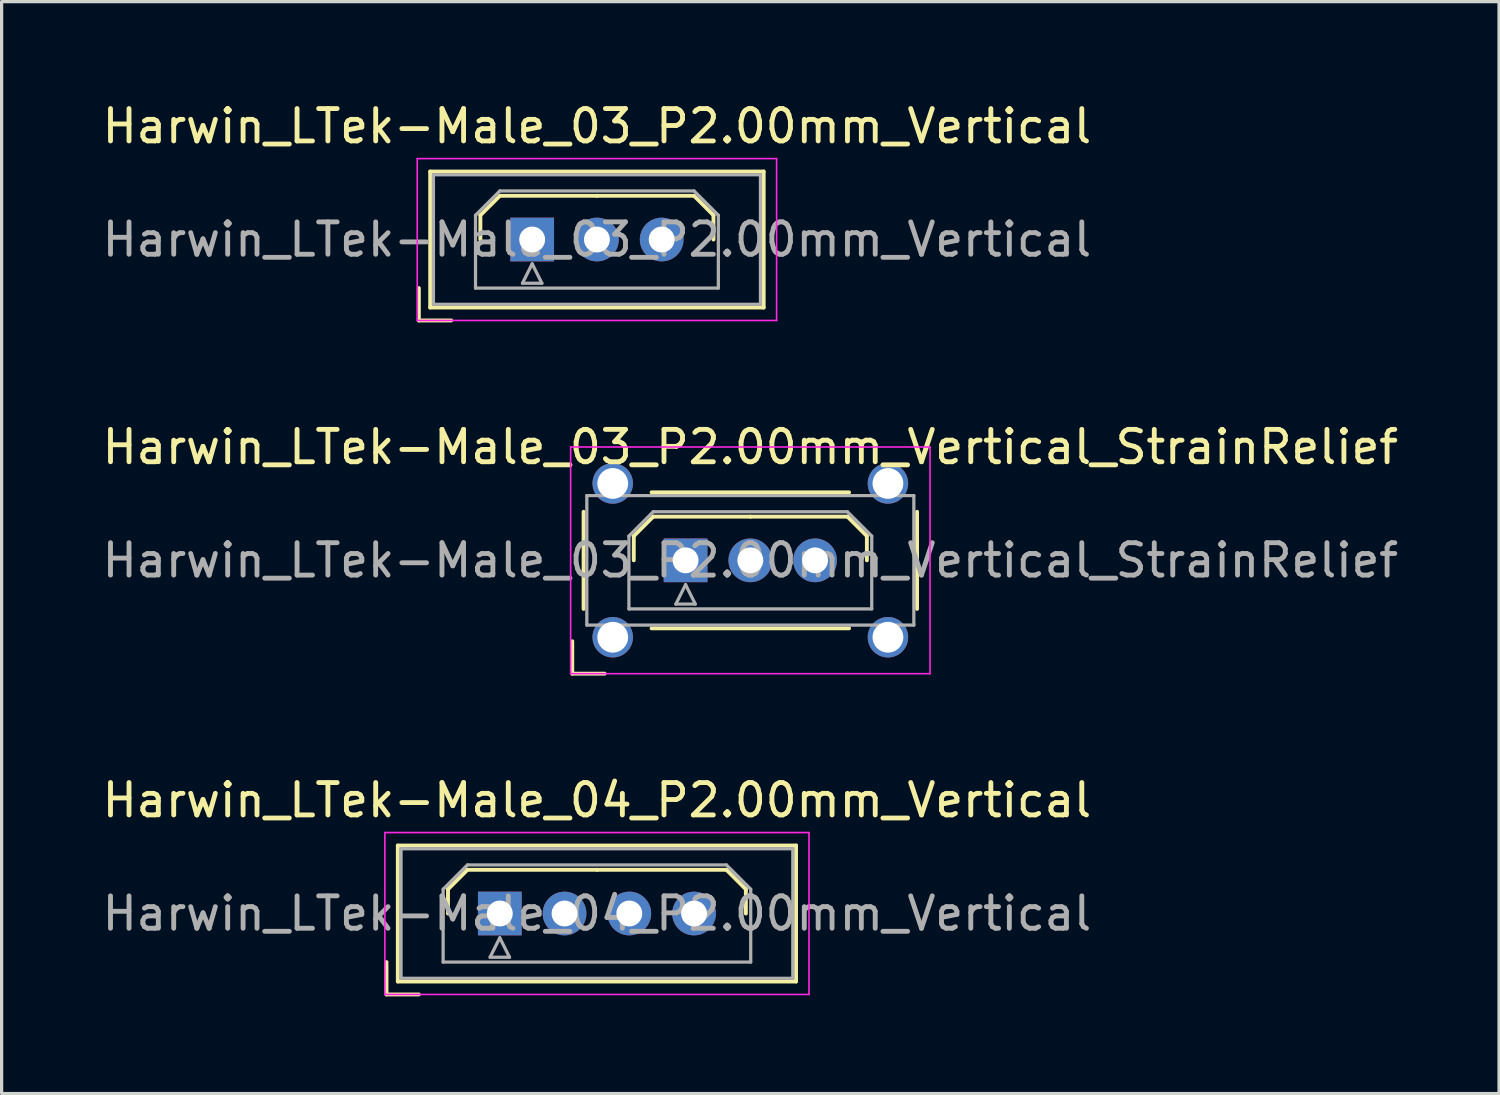
<source format=kicad_pcb>
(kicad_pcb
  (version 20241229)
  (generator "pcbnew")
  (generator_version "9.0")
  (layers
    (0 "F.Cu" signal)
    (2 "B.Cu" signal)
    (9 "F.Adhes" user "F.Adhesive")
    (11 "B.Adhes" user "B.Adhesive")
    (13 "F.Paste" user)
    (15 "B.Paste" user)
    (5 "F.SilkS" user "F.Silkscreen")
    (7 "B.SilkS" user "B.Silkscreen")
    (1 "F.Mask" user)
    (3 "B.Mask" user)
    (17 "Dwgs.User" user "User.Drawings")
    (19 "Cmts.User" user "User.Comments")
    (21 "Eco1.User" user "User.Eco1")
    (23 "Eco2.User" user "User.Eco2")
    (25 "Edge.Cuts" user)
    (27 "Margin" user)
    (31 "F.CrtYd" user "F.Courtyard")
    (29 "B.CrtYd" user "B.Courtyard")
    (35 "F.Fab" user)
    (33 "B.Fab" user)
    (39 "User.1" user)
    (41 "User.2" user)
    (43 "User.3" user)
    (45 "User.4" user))
  (footprint "Harwin_LTek-Male_04_P2.00mm_Vertical"
    (layer "F.Cu")
    (at 12.387 25.165)
    (property "Reference" "Harwin_LTek-Male_04_P2.00mm_Vertical" (at 3 -3.5 0) (layer "F.SilkS") (effects (font (size 1 1) (thickness 0.15))))
    (attr through_hole)
    (fp_line (start -3.5 1.5) (end -3.5 2.5) (stroke (width 0.12) (type solid)) (layer "F.SilkS"))
    (fp_line (start -3.5 2.5) (end -2.5 2.5) (stroke (width 0.12) (type solid)) (layer "F.SilkS"))
    (fp_line (start -3.15 -2.1) (end -3.15 2.1) (stroke (width 0.12) (type solid)) (layer "F.SilkS"))
    (fp_line (start -3.15 2.1) (end 9.15 2.1) (stroke (width 0.12) (type solid)) (layer "F.SilkS"))
    (fp_line (start -1.6 -0.75) (end -1 -1.35) (stroke (width 0.12) (type solid)) (layer "F.SilkS"))
    (fp_line (start -1.6 0) (end -1.6 -0.75) (stroke (width 0.12) (type solid)) (layer "F.SilkS"))
    (fp_line (start -1 -1.35) (end 3 -1.35) (stroke (width 0.12) (type solid)) (layer "F.SilkS"))
    (fp_line (start 7 -1.35) (end 3 -1.35) (stroke (width 0.12) (type solid)) (layer "F.SilkS"))
    (fp_line (start 7.6 -0.75) (end 7 -1.35) (stroke (width 0.12) (type solid)) (layer "F.SilkS"))
    (fp_line (start 7.6 0) (end 7.6 -0.75) (stroke (width 0.12) (type solid)) (layer "F.SilkS"))
    (fp_line (start 9.15 -2.1) (end -3.15 -2.1) (stroke (width 0.12) (type solid)) (layer "F.SilkS"))
    (fp_line (start 9.15 2.1) (end 9.15 -2.1) (stroke (width 0.12) (type solid)) (layer "F.SilkS"))
    (fp_line (start -3.55 -2.5) (end -3.55 2.5) (stroke (width 0.05) (type solid)) (layer "F.CrtYd"))
    (fp_line (start -3.55 2.5) (end 9.55 2.5) (stroke (width 0.05) (type solid)) (layer "F.CrtYd"))
    (fp_line (start 9.55 -2.5) (end -3.55 -2.5) (stroke (width 0.05) (type solid)) (layer "F.CrtYd"))
    (fp_line (start 9.55 2.5) (end 9.55 -2.5) (stroke (width 0.05) (type solid)) (layer "F.CrtYd"))
    (fp_line (start -3.05 -2) (end -3.05 2) (stroke (width 0.1) (type solid)) (layer "F.Fab"))
    (fp_line (start -3.05 2) (end 9.05 2) (stroke (width 0.1) (type solid)) (layer "F.Fab"))
    (fp_line (start -1.75 -0.75) (end -1 -1.5) (stroke (width 0.1) (type solid)) (layer "F.Fab"))
    (fp_line (start -1.75 1.5) (end -1.75 -0.75) (stroke (width 0.1) (type solid)) (layer "F.Fab"))
    (fp_line (start -1 -1.5) (end 7 -1.5) (stroke (width 0.1) (type solid)) (layer "F.Fab"))
    (fp_line (start -0.3 1.35) (end 0.3 1.35) (stroke (width 0.1) (type solid)) (layer "F.Fab"))
    (fp_line (start 0 0.75) (end -0.3 1.35) (stroke (width 0.1) (type solid)) (layer "F.Fab"))
    (fp_line (start 0.3 1.35) (end 0 0.75) (stroke (width 0.1) (type solid)) (layer "F.Fab"))
    (fp_line (start 7 -1.5) (end 7.75 -0.75) (stroke (width 0.1) (type solid)) (layer "F.Fab"))
    (fp_line (start 7.75 -0.75) (end 7.75 1.5) (stroke (width 0.1) (type solid)) (layer "F.Fab"))
    (fp_line (start 7.75 1.5) (end -1.75 1.5) (stroke (width 0.1) (type solid)) (layer "F.Fab"))
    (fp_line (start 9.05 -2) (end -3.05 -2) (stroke (width 0.1) (type solid)) (layer "F.Fab"))
    (fp_line (start 9.05 2) (end 9.05 -2) (stroke (width 0.1) (type solid)) (layer "F.Fab"))
    (fp_text user "${REFERENCE}" (at 3 0 0) (layer "F.Fab") (effects (font (size 1 1) (thickness 0.15))))
    (pad "1" thru_hole rect (at 0 0) (size 1.35 1.35) (drill 0.8) (layers "*.Cu" "*.Mask"))
    (pad "2" thru_hole circle (at 2 0) (size 1.35 1.35) (drill 0.8) (layers "*.Cu" "*.Mask"))
    (pad "3" thru_hole circle (at 4 0) (size 1.35 1.35) (drill 0.8) (layers "*.Cu" "*.Mask"))
    (pad "4" thru_hole circle (at 6 0) (size 1.35 1.35) (drill 0.8) (layers "*.Cu" "*.Mask")))
  (footprint "Harwin_LTek-Male_03_P2.00mm_Vertical"
    (layer "F.Cu")
    (at 13.387 4.348)
    (property "Reference" "Harwin_LTek-Male_03_P2.00mm_Vertical" (at 2 -3.5 0) (layer "F.SilkS") (effects (font (size 1 1) (thickness 0.15))))
    (attr through_hole)
    (fp_line (start -3.5 1.5) (end -3.5 2.5) (stroke (width 0.12) (type solid)) (layer "F.SilkS"))
    (fp_line (start -3.5 2.5) (end -2.5 2.5) (stroke (width 0.12) (type solid)) (layer "F.SilkS"))
    (fp_line (start -3.15 -2.1) (end -3.15 2.1) (stroke (width 0.12) (type solid)) (layer "F.SilkS"))
    (fp_line (start -3.15 2.1) (end 7.15 2.1) (stroke (width 0.12) (type solid)) (layer "F.SilkS"))
    (fp_line (start -1.6 -0.75) (end -1 -1.35) (stroke (width 0.12) (type solid)) (layer "F.SilkS"))
    (fp_line (start -1.6 0) (end -1.6 -0.75) (stroke (width 0.12) (type solid)) (layer "F.SilkS"))
    (fp_line (start -1 -1.35) (end 2 -1.35) (stroke (width 0.12) (type solid)) (layer "F.SilkS"))
    (fp_line (start 5 -1.35) (end 2 -1.35) (stroke (width 0.12) (type solid)) (layer "F.SilkS"))
    (fp_line (start 5.6 -0.75) (end 5 -1.35) (stroke (width 0.12) (type solid)) (layer "F.SilkS"))
    (fp_line (start 5.6 0) (end 5.6 -0.75) (stroke (width 0.12) (type solid)) (layer "F.SilkS"))
    (fp_line (start 7.15 -2.1) (end -3.15 -2.1) (stroke (width 0.12) (type solid)) (layer "F.SilkS"))
    (fp_line (start 7.15 2.1) (end 7.15 -2.1) (stroke (width 0.12) (type solid)) (layer "F.SilkS"))
    (fp_line (start -3.55 -2.5) (end -3.55 2.5) (stroke (width 0.05) (type solid)) (layer "F.CrtYd"))
    (fp_line (start -3.55 2.5) (end 7.55 2.5) (stroke (width 0.05) (type solid)) (layer "F.CrtYd"))
    (fp_line (start 7.55 -2.5) (end -3.55 -2.5) (stroke (width 0.05) (type solid)) (layer "F.CrtYd"))
    (fp_line (start 7.55 2.5) (end 7.55 -2.5) (stroke (width 0.05) (type solid)) (layer "F.CrtYd"))
    (fp_line (start -3.05 -2) (end -3.05 2) (stroke (width 0.1) (type solid)) (layer "F.Fab"))
    (fp_line (start -3.05 2) (end 7.05 2) (stroke (width 0.1) (type solid)) (layer "F.Fab"))
    (fp_line (start -1.75 -0.75) (end -1 -1.5) (stroke (width 0.1) (type solid)) (layer "F.Fab"))
    (fp_line (start -1.75 1.5) (end -1.75 -0.75) (stroke (width 0.1) (type solid)) (layer "F.Fab"))
    (fp_line (start -1 -1.5) (end 5 -1.5) (stroke (width 0.1) (type solid)) (layer "F.Fab"))
    (fp_line (start -0.3 1.35) (end 0.3 1.35) (stroke (width 0.1) (type solid)) (layer "F.Fab"))
    (fp_line (start 0 0.75) (end -0.3 1.35) (stroke (width 0.1) (type solid)) (layer "F.Fab"))
    (fp_line (start 0.3 1.35) (end 0 0.75) (stroke (width 0.1) (type solid)) (layer "F.Fab"))
    (fp_line (start 5 -1.5) (end 5.75 -0.75) (stroke (width 0.1) (type solid)) (layer "F.Fab"))
    (fp_line (start 5.75 -0.75) (end 5.75 1.5) (stroke (width 0.1) (type solid)) (layer "F.Fab"))
    (fp_line (start 5.75 1.5) (end -1.75 1.5) (stroke (width 0.1) (type solid)) (layer "F.Fab"))
    (fp_line (start 7.05 -2) (end -3.05 -2) (stroke (width 0.1) (type solid)) (layer "F.Fab"))
    (fp_line (start 7.05 2) (end 7.05 -2) (stroke (width 0.1) (type solid)) (layer "F.Fab"))
    (fp_text user "${REFERENCE}" (at 2 0 0) (layer "F.Fab") (effects (font (size 1 1) (thickness 0.15))))
    (pad "1" thru_hole rect (at 0 0) (size 1.35 1.35) (drill 0.8) (layers "*.Cu" "*.Mask"))
    (pad "2" thru_hole circle (at 2 0) (size 1.35 1.35) (drill 0.8) (layers "*.Cu" "*.Mask"))
    (pad "3" thru_hole circle (at 4 0) (size 1.35 1.35) (drill 0.8) (layers "*.Cu" "*.Mask")))
  (footprint "Harwin_LTek-Male_03_P2.00mm_Vertical_StrainRelief"
    (layer "F.Cu")
    (at 18.125 14.257)
    (property "Reference" "Harwin_LTek-Male_03_P2.00mm_Vertical_StrainRelief" (at 2 -3.5 0) (layer "F.SilkS") (effects (font (size 1 1) (thickness 0.15))))
    (attr through_hole)
    (fp_line (start -3.5 2.5) (end -3.5 3.5) (stroke (width 0.12) (type solid)) (layer "F.SilkS"))
    (fp_line (start -3.5 3.5) (end -2.5 3.5) (stroke (width 0.12) (type solid)) (layer "F.SilkS"))
    (fp_line (start -3.15 -1.5) (end -3.15 1.5) (stroke (width 0.12) (type solid)) (layer "F.SilkS"))
    (fp_line (start -1.6 -0.75) (end -1 -1.35) (stroke (width 0.12) (type solid)) (layer "F.SilkS"))
    (fp_line (start -1.6 0) (end -1.6 -0.75) (stroke (width 0.12) (type solid)) (layer "F.SilkS"))
    (fp_line (start -1.05 -2.1) (end 5.05 -2.1) (stroke (width 0.12) (type solid)) (layer "F.SilkS"))
    (fp_line (start -1.05 2.1) (end 5.05 2.1) (stroke (width 0.12) (type solid)) (layer "F.SilkS"))
    (fp_line (start -1 -1.35) (end 2 -1.35) (stroke (width 0.12) (type solid)) (layer "F.SilkS"))
    (fp_line (start 5 -1.35) (end 2 -1.35) (stroke (width 0.12) (type solid)) (layer "F.SilkS"))
    (fp_line (start 5.6 -0.75) (end 5 -1.35) (stroke (width 0.12) (type solid)) (layer "F.SilkS"))
    (fp_line (start 5.6 0) (end 5.6 -0.75) (stroke (width 0.12) (type solid)) (layer "F.SilkS"))
    (fp_line (start 7.15 -1.5) (end 7.15 1.5) (stroke (width 0.12) (type solid)) (layer "F.SilkS"))
    (fp_line (start -3.55 -3.5) (end -3.55 3.5) (stroke (width 0.05) (type solid)) (layer "F.CrtYd"))
    (fp_line (start -3.55 3.5) (end 7.55 3.5) (stroke (width 0.05) (type solid)) (layer "F.CrtYd"))
    (fp_line (start 7.55 -3.5) (end -3.55 -3.5) (stroke (width 0.05) (type solid)) (layer "F.CrtYd"))
    (fp_line (start 7.55 3.5) (end 7.55 -3.5) (stroke (width 0.05) (type solid)) (layer "F.CrtYd"))
    (fp_line (start -3.05 -2) (end -3.05 2) (stroke (width 0.1) (type solid)) (layer "F.Fab"))
    (fp_line (start -3.05 2) (end 7.05 2) (stroke (width 0.1) (type solid)) (layer "F.Fab"))
    (fp_line (start -1.75 -0.75) (end -1 -1.5) (stroke (width 0.1) (type solid)) (layer "F.Fab"))
    (fp_line (start -1.75 1.5) (end -1.75 -0.75) (stroke (width 0.1) (type solid)) (layer "F.Fab"))
    (fp_line (start -1 -1.5) (end 5 -1.5) (stroke (width 0.1) (type solid)) (layer "F.Fab"))
    (fp_line (start -0.3 1.35) (end 0.3 1.35) (stroke (width 0.1) (type solid)) (layer "F.Fab"))
    (fp_line (start 0 0.75) (end -0.3 1.35) (stroke (width 0.1) (type solid)) (layer "F.Fab"))
    (fp_line (start 0.3 1.35) (end 0 0.75) (stroke (width 0.1) (type solid)) (layer "F.Fab"))
    (fp_line (start 5 -1.5) (end 5.75 -0.75) (stroke (width 0.1) (type solid)) (layer "F.Fab"))
    (fp_line (start 5.75 -0.75) (end 5.75 1.5) (stroke (width 0.1) (type solid)) (layer "F.Fab"))
    (fp_line (start 5.75 1.5) (end -1.75 1.5) (stroke (width 0.1) (type solid)) (layer "F.Fab"))
    (fp_line (start 7.05 -2) (end -3.05 -2) (stroke (width 0.1) (type solid)) (layer "F.Fab"))
    (fp_line (start 7.05 2) (end 7.05 -2) (stroke (width 0.1) (type solid)) (layer "F.Fab"))
    (fp_text user "${REFERENCE}" (at 2 0 0) (layer "F.Fab") (effects (font (size 1 1) (thickness 0.15))))
    (pad "" thru_hole circle (at -2.25 -2.375) (size 1.25 1.25) (drill 0.95) (layers "*.Cu" "*.Mask"))
    (pad "" thru_hole circle (at -2.25 2.375) (size 1.25 1.25) (drill 0.95) (layers "*.Cu" "*.Mask"))
    (pad "" thru_hole circle (at 6.25 -2.375) (size 1.25 1.25) (drill 0.95) (layers "*.Cu" "*.Mask"))
    (pad "" thru_hole circle (at 6.25 2.375) (size 1.25 1.25) (drill 0.95) (layers "*.Cu" "*.Mask"))
    (pad "1" thru_hole rect (at 0 0) (size 1.35 1.35) (drill 0.8) (layers "*.Cu" "*.Mask"))
    (pad "2" thru_hole circle (at 2 0) (size 1.35 1.35) (drill 0.8) (layers "*.Cu" "*.Mask"))
    (pad "3" thru_hole circle (at 4 0) (size 1.35 1.35) (drill 0.8) (layers "*.Cu" "*.Mask")))
  (gr_rect
    (start -3 -3)
    (end 43.25 30.725)
    (stroke (width 0.1) (type default))
    (fill no)
    (layer "Edge.Cuts")))
</source>
